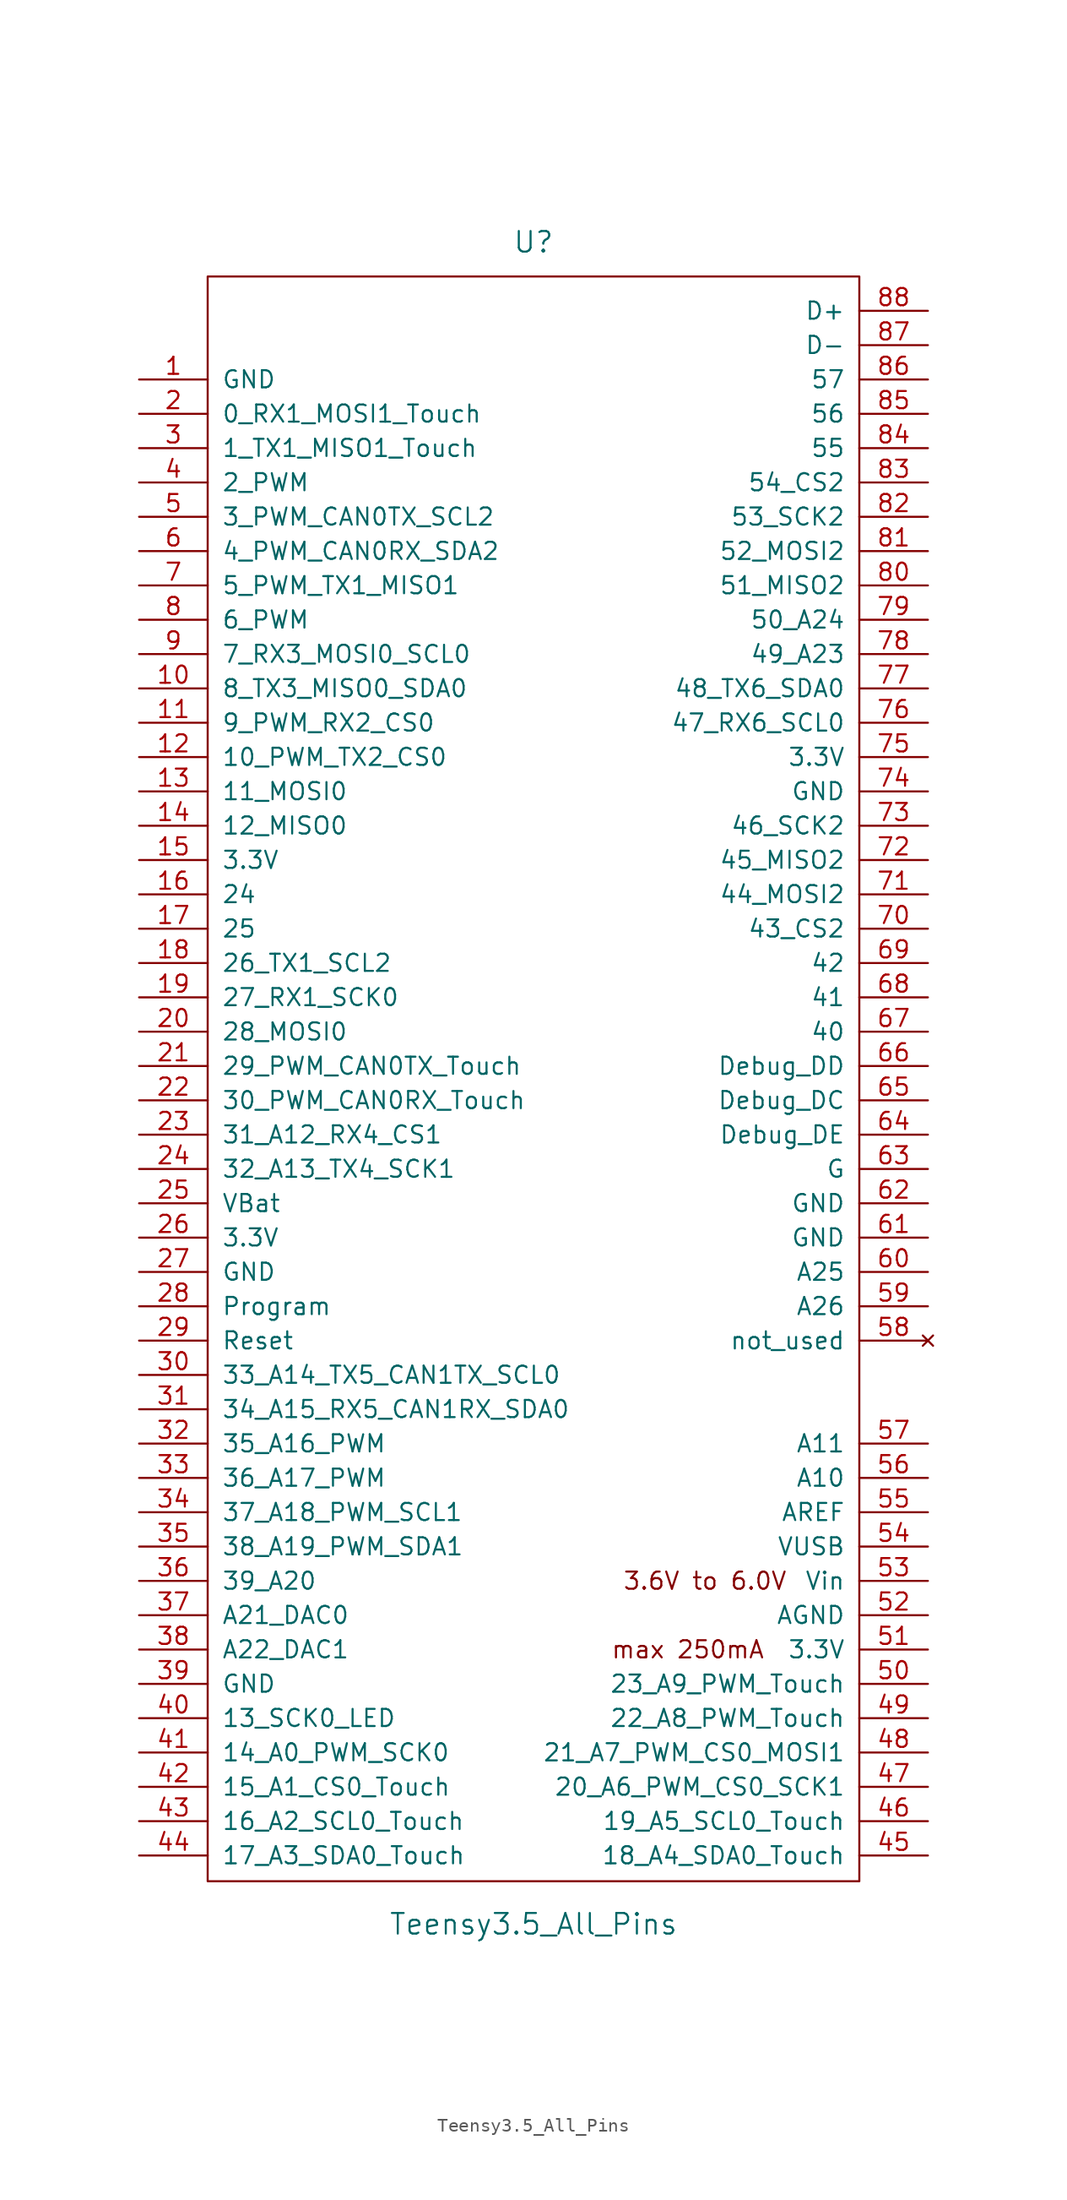
<source format=kicad_sym>
(kicad_symbol_lib
  (version 20231120)
  (generator "kicad_symbol_editor")
  (generator_version "8.0")
  (symbol "Teensy3.5_All_Pins"
    (pin_names
      (offset 1.016))
    (property "Reference" "U"
      (at 0 64.77 0)
      (effects (font (size 1.524 1.524))))
    (property "Value" "Teensy3.5_All_Pins"
      (at 0 -59.69 0)
      (effects (font (size 1.524 1.524))))
    (property "Footprint" ""
      (at -2.54 62.23 0)
      (effects (font (size 1.524 1.524))))
    (symbol "Teensy3.5_All_Pins_0_0"
      (text "3.6V to 6.0V" (at 12.7 -34.29 0) (effects (font (size 1.27 1.27))))
      (text "max 250mA" (at 11.43 -39.37 0) (effects (font (size 1.27 1.27)))))
    (symbol "Teensy3.5_All_Pins_0_1"
      (rectangle (start -24.13 62.23) (end 24.13 -56.515) (stroke (width 0) (type solid)) (fill (type none))))
    (symbol "Teensy3.5_All_Pins_1_1"
      (pin power_in line (at -29.21 54.61 0) (length 5.08) (name "GND" (effects (font (size 1.27 1.27)))) (number "1" (effects (font (size 1.27 1.27)))))
      (pin bidirectional line (at -29.21 31.75 0) (length 5.08) (name "8_TX3_MISO0_SDA0" (effects (font (size 1.27 1.27)))) (number "10" (effects (font (size 1.27 1.27)))))
      (pin bidirectional line (at -29.21 29.21 0) (length 5.08) (name "9_PWM_RX2_CS0" (effects (font (size 1.27 1.27)))) (number "11" (effects (font (size 1.27 1.27)))))
      (pin bidirectional line (at -29.21 26.67 0) (length 5.08) (name "10_PWM_TX2_CS0" (effects (font (size 1.27 1.27)))) (number "12" (effects (font (size 1.27 1.27)))))
      (pin bidirectional line (at -29.21 24.13 0) (length 5.08) (name "11_MOSI0" (effects (font (size 1.27 1.27)))) (number "13" (effects (font (size 1.27 1.27)))))
      (pin bidirectional line (at -29.21 21.59 0) (length 5.08) (name "12_MISO0" (effects (font (size 1.27 1.27)))) (number "14" (effects (font (size 1.27 1.27)))))
      (pin power_out line (at -29.21 19.05 0) (length 5.08) (name "3.3V" (effects (font (size 1.27 1.27)))) (number "15" (effects (font (size 1.27 1.27)))))
      (pin bidirectional line (at -29.21 16.51 0) (length 5.08) (name "24" (effects (font (size 1.27 1.27)))) (number "16" (effects (font (size 1.27 1.27)))))
      (pin bidirectional line (at -29.21 13.97 0) (length 5.08) (name "25" (effects (font (size 1.27 1.27)))) (number "17" (effects (font (size 1.27 1.27)))))
      (pin bidirectional line (at -29.21 11.43 0) (length 5.08) (name "26_TX1_SCL2" (effects (font (size 1.27 1.27)))) (number "18" (effects (font (size 1.27 1.27)))))
      (pin bidirectional line (at -29.21 8.89 0) (length 5.08) (name "27_RX1_SCK0" (effects (font (size 1.27 1.27)))) (number "19" (effects (font (size 1.27 1.27)))))
      (pin bidirectional line (at -29.21 52.07 0) (length 5.08) (name "0_RX1_MOSI1_Touch" (effects (font (size 1.27 1.27)))) (number "2" (effects (font (size 1.27 1.27)))))
      (pin bidirectional line (at -29.21 6.35 0) (length 5.08) (name "28_MOSI0" (effects (font (size 1.27 1.27)))) (number "20" (effects (font (size 1.27 1.27)))))
      (pin bidirectional line (at -29.21 3.81 0) (length 5.08) (name "29_PWM_CAN0TX_Touch" (effects (font (size 1.27 1.27)))) (number "21" (effects (font (size 1.27 1.27)))))
      (pin bidirectional line (at -29.21 1.27 0) (length 5.08) (name "30_PWM_CAN0RX_Touch" (effects (font (size 1.27 1.27)))) (number "22" (effects (font (size 1.27 1.27)))))
      (pin bidirectional line (at -29.21 -1.27 0) (length 5.08) (name "31_A12_RX4_CS1" (effects (font (size 1.27 1.27)))) (number "23" (effects (font (size 1.27 1.27)))))
      (pin bidirectional line (at -29.21 -3.81 0) (length 5.08) (name "32_A13_TX4_SCK1" (effects (font (size 1.27 1.27)))) (number "24" (effects (font (size 1.27 1.27)))))
      (pin power_in line (at -29.21 -6.35 0) (length 5.08) (name "VBat" (effects (font (size 1.27 1.27)))) (number "25" (effects (font (size 1.27 1.27)))))
      (pin power_in line (at -29.21 -8.89 0) (length 5.08) (name "3.3V" (effects (font (size 1.27 1.27)))) (number "26" (effects (font (size 1.27 1.27)))))
      (pin power_in line (at -29.21 -11.43 0) (length 5.08) (name "GND" (effects (font (size 1.27 1.27)))) (number "27" (effects (font (size 1.27 1.27)))))
      (pin input line (at -29.21 -13.97 0) (length 5.08) (name "Program" (effects (font (size 1.27 1.27)))) (number "28" (effects (font (size 1.27 1.27)))))
      (pin input line (at -29.21 -16.51 0) (length 5.08) (name "Reset" (effects (font (size 1.27 1.27)))) (number "29" (effects (font (size 1.27 1.27)))))
      (pin bidirectional line (at -29.21 49.53 0) (length 5.08) (name "1_TX1_MISO1_Touch" (effects (font (size 1.27 1.27)))) (number "3" (effects (font (size 1.27 1.27)))))
      (pin bidirectional line (at -29.21 -19.05 0) (length 5.08) (name "33_A14_TX5_CAN1TX_SCL0" (effects (font (size 1.27 1.27)))) (number "30" (effects (font (size 1.27 1.27)))))
      (pin bidirectional line (at -29.21 -21.59 0) (length 5.08) (name "34_A15_RX5_CAN1RX_SDA0" (effects (font (size 1.27 1.27)))) (number "31" (effects (font (size 1.27 1.27)))))
      (pin bidirectional line (at -29.21 -24.13 0) (length 5.08) (name "35_A16_PWM" (effects (font (size 1.27 1.27)))) (number "32" (effects (font (size 1.27 1.27)))))
      (pin bidirectional line (at -29.21 -26.67 0) (length 5.08) (name "36_A17_PWM" (effects (font (size 1.27 1.27)))) (number "33" (effects (font (size 1.27 1.27)))))
      (pin bidirectional line (at -29.21 -29.21 0) (length 5.08) (name "37_A18_PWM_SCL1" (effects (font (size 1.27 1.27)))) (number "34" (effects (font (size 1.27 1.27)))))
      (pin bidirectional line (at -29.21 -31.75 0) (length 5.08) (name "38_A19_PWM_SDA1" (effects (font (size 1.27 1.27)))) (number "35" (effects (font (size 1.27 1.27)))))
      (pin bidirectional line (at -29.21 -34.29 0) (length 5.08) (name "39_A20" (effects (font (size 1.27 1.27)))) (number "36" (effects (font (size 1.27 1.27)))))
      (pin bidirectional line (at -29.21 -36.83 0) (length 5.08) (name "A21_DAC0" (effects (font (size 1.27 1.27)))) (number "37" (effects (font (size 1.27 1.27)))))
      (pin bidirectional line (at -29.21 -39.37 0) (length 5.08) (name "A22_DAC1" (effects (font (size 1.27 1.27)))) (number "38" (effects (font (size 1.27 1.27)))))
      (pin power_in line (at -29.21 -41.91 0) (length 5.08) (name "GND" (effects (font (size 1.27 1.27)))) (number "39" (effects (font (size 1.27 1.27)))))
      (pin bidirectional line (at -29.21 46.99 0) (length 5.08) (name "2_PWM" (effects (font (size 1.27 1.27)))) (number "4" (effects (font (size 1.27 1.27)))))
      (pin bidirectional line (at -29.21 -44.45 0) (length 5.08) (name "13_SCK0_LED" (effects (font (size 1.27 1.27)))) (number "40" (effects (font (size 1.27 1.27)))))
      (pin bidirectional line (at -29.21 -46.99 0) (length 5.08) (name "14_A0_PWM_SCK0" (effects (font (size 1.27 1.27)))) (number "41" (effects (font (size 1.27 1.27)))))
      (pin bidirectional line (at -29.21 -49.53 0) (length 5.08) (name "15_A1_CS0_Touch" (effects (font (size 1.27 1.27)))) (number "42" (effects (font (size 1.27 1.27)))))
      (pin bidirectional line (at -29.21 -52.07 0) (length 5.08) (name "16_A2_SCL0_Touch" (effects (font (size 1.27 1.27)))) (number "43" (effects (font (size 1.27 1.27)))))
      (pin bidirectional line (at -29.21 -54.61 0) (length 5.08) (name "17_A3_SDA0_Touch" (effects (font (size 1.27 1.27)))) (number "44" (effects (font (size 1.27 1.27)))))
      (pin bidirectional line (at 29.21 -54.61 180) (length 5.08) (name "18_A4_SDA0_Touch" (effects (font (size 1.27 1.27)))) (number "45" (effects (font (size 1.27 1.27)))))
      (pin bidirectional line (at 29.21 -52.07 180) (length 5.08) (name "19_A5_SCL0_Touch" (effects (font (size 1.27 1.27)))) (number "46" (effects (font (size 1.27 1.27)))))
      (pin bidirectional line (at 29.21 -49.53 180) (length 5.08) (name "20_A6_PWM_CS0_SCK1" (effects (font (size 1.27 1.27)))) (number "47" (effects (font (size 1.27 1.27)))))
      (pin bidirectional line (at 29.21 -46.99 180) (length 5.08) (name "21_A7_PWM_CS0_MOSI1" (effects (font (size 1.27 1.27)))) (number "48" (effects (font (size 1.27 1.27)))))
      (pin bidirectional line (at 29.21 -44.45 180) (length 5.08) (name "22_A8_PWM_Touch" (effects (font (size 1.27 1.27)))) (number "49" (effects (font (size 1.27 1.27)))))
      (pin bidirectional line (at -29.21 44.45 0) (length 5.08) (name "3_PWM_CAN0TX_SCL2" (effects (font (size 1.27 1.27)))) (number "5" (effects (font (size 1.27 1.27)))))
      (pin bidirectional line (at 29.21 -41.91 180) (length 5.08) (name "23_A9_PWM_Touch" (effects (font (size 1.27 1.27)))) (number "50" (effects (font (size 1.27 1.27)))))
      (pin power_out line (at 29.21 -39.37 180) (length 5.08) (name "3.3V" (effects (font (size 1.27 1.27)))) (number "51" (effects (font (size 1.27 1.27)))))
      (pin power_out line (at 29.21 -36.83 180) (length 5.08) (name "AGND" (effects (font (size 1.27 1.27)))) (number "52" (effects (font (size 1.27 1.27)))))
      (pin power_in line (at 29.21 -34.29 180) (length 5.08) (name "Vin" (effects (font (size 1.27 1.27)))) (number "53" (effects (font (size 1.27 1.27)))))
      (pin power_in line (at 29.21 -31.75 180) (length 5.08) (name "VUSB" (effects (font (size 1.27 1.27)))) (number "54" (effects (font (size 1.27 1.27)))))
      (pin input line (at 29.21 -29.21 180) (length 5.08) (name "AREF" (effects (font (size 1.27 1.27)))) (number "55" (effects (font (size 1.27 1.27)))))
      (pin bidirectional line (at 29.21 -26.67 180) (length 5.08) (name "A10" (effects (font (size 1.27 1.27)))) (number "56" (effects (font (size 1.27 1.27)))))
      (pin bidirectional line (at 29.21 -24.13 180) (length 5.08) (name "A11" (effects (font (size 1.27 1.27)))) (number "57" (effects (font (size 1.27 1.27)))))
      (pin no_connect line (at 29.21 -16.51 180) (length 5.08) (name "not_used" (effects (font (size 1.27 1.27)))) (number "58" (effects (font (size 1.27 1.27)))))
      (pin bidirectional line (at 29.21 -13.97 180) (length 5.08) (name "A26" (effects (font (size 1.27 1.27)))) (number "59" (effects (font (size 1.27 1.27)))))
      (pin bidirectional line (at -29.21 41.91 0) (length 5.08) (name "4_PWM_CAN0RX_SDA2" (effects (font (size 1.27 1.27)))) (number "6" (effects (font (size 1.27 1.27)))))
      (pin bidirectional line (at 29.21 -11.43 180) (length 5.08) (name "A25" (effects (font (size 1.27 1.27)))) (number "60" (effects (font (size 1.27 1.27)))))
      (pin power_in line (at 29.21 -8.89 180) (length 5.08) (name "GND" (effects (font (size 1.27 1.27)))) (number "61" (effects (font (size 1.27 1.27)))))
      (pin power_in line (at 29.21 -6.35 180) (length 5.08) (name "GND" (effects (font (size 1.27 1.27)))) (number "62" (effects (font (size 1.27 1.27)))))
      (pin power_in line (at 29.21 -3.81 180) (length 5.08) (name "G" (effects (font (size 1.27 1.27)))) (number "63" (effects (font (size 1.27 1.27)))))
      (pin input line (at 29.21 -1.27 180) (length 5.08) (name "Debug_DE" (effects (font (size 1.27 1.27)))) (number "64" (effects (font (size 1.27 1.27)))))
      (pin input line (at 29.21 1.27 180) (length 5.08) (name "Debug_DC" (effects (font (size 1.27 1.27)))) (number "65" (effects (font (size 1.27 1.27)))))
      (pin input line (at 29.21 3.81 180) (length 5.08) (name "Debug_DD" (effects (font (size 1.27 1.27)))) (number "66" (effects (font (size 1.27 1.27)))))
      (pin bidirectional line (at 29.21 6.35 180) (length 5.08) (name "40" (effects (font (size 1.27 1.27)))) (number "67" (effects (font (size 1.27 1.27)))))
      (pin bidirectional line (at 29.21 8.89 180) (length 5.08) (name "41" (effects (font (size 1.27 1.27)))) (number "68" (effects (font (size 1.27 1.27)))))
      (pin bidirectional line (at 29.21 11.43 180) (length 5.08) (name "42" (effects (font (size 1.27 1.27)))) (number "69" (effects (font (size 1.27 1.27)))))
      (pin bidirectional line (at -29.21 39.37 0) (length 5.08) (name "5_PWM_TX1_MISO1" (effects (font (size 1.27 1.27)))) (number "7" (effects (font (size 1.27 1.27)))))
      (pin bidirectional line (at 29.21 13.97 180) (length 5.08) (name "43_CS2" (effects (font (size 1.27 1.27)))) (number "70" (effects (font (size 1.27 1.27)))))
      (pin bidirectional line (at 29.21 16.51 180) (length 5.08) (name "44_MOSI2" (effects (font (size 1.27 1.27)))) (number "71" (effects (font (size 1.27 1.27)))))
      (pin bidirectional line (at 29.21 19.05 180) (length 5.08) (name "45_MISO2" (effects (font (size 1.27 1.27)))) (number "72" (effects (font (size 1.27 1.27)))))
      (pin bidirectional line (at 29.21 21.59 180) (length 5.08) (name "46_SCK2" (effects (font (size 1.27 1.27)))) (number "73" (effects (font (size 1.27 1.27)))))
      (pin power_in line (at 29.21 24.13 180) (length 5.08) (name "GND" (effects (font (size 1.27 1.27)))) (number "74" (effects (font (size 1.27 1.27)))))
      (pin power_in line (at 29.21 26.67 180) (length 5.08) (name "3.3V" (effects (font (size 1.27 1.27)))) (number "75" (effects (font (size 1.27 1.27)))))
      (pin bidirectional line (at 29.21 29.21 180) (length 5.08) (name "47_RX6_SCL0" (effects (font (size 1.27 1.27)))) (number "76" (effects (font (size 1.27 1.27)))))
      (pin bidirectional line (at 29.21 31.75 180) (length 5.08) (name "48_TX6_SDA0" (effects (font (size 1.27 1.27)))) (number "77" (effects (font (size 1.27 1.27)))))
      (pin bidirectional line (at 29.21 34.29 180) (length 5.08) (name "49_A23" (effects (font (size 1.27 1.27)))) (number "78" (effects (font (size 1.27 1.27)))))
      (pin bidirectional line (at 29.21 36.83 180) (length 5.08) (name "50_A24" (effects (font (size 1.27 1.27)))) (number "79" (effects (font (size 1.27 1.27)))))
      (pin bidirectional line (at -29.21 36.83 0) (length 5.08) (name "6_PWM" (effects (font (size 1.27 1.27)))) (number "8" (effects (font (size 1.27 1.27)))))
      (pin bidirectional line (at 29.21 39.37 180) (length 5.08) (name "51_MISO2" (effects (font (size 1.27 1.27)))) (number "80" (effects (font (size 1.27 1.27)))))
      (pin bidirectional line (at 29.21 41.91 180) (length 5.08) (name "52_MOSI2" (effects (font (size 1.27 1.27)))) (number "81" (effects (font (size 1.27 1.27)))))
      (pin bidirectional line (at 29.21 44.45 180) (length 5.08) (name "53_SCK2" (effects (font (size 1.27 1.27)))) (number "82" (effects (font (size 1.27 1.27)))))
      (pin bidirectional line (at 29.21 46.99 180) (length 5.08) (name "54_CS2" (effects (font (size 1.27 1.27)))) (number "83" (effects (font (size 1.27 1.27)))))
      (pin bidirectional line (at 29.21 49.53 180) (length 5.08) (name "55" (effects (font (size 1.27 1.27)))) (number "84" (effects (font (size 1.27 1.27)))))
      (pin bidirectional line (at 29.21 52.07 180) (length 5.08) (name "56" (effects (font (size 1.27 1.27)))) (number "85" (effects (font (size 1.27 1.27)))))
      (pin bidirectional line (at 29.21 54.61 180) (length 5.08) (name "57" (effects (font (size 1.27 1.27)))) (number "86" (effects (font (size 1.27 1.27)))))
      (pin input line (at 29.21 57.15 180) (length 5.08) (name "D-" (effects (font (size 1.27 1.27)))) (number "87" (effects (font (size 1.27 1.27)))))
      (pin input line (at 29.21 59.69 180) (length 5.08) (name "D+" (effects (font (size 1.27 1.27)))) (number "88" (effects (font (size 1.27 1.27)))))
      (pin bidirectional line (at -29.21 34.29 0) (length 5.08) (name "7_RX3_MOSI0_SCL0" (effects (font (size 1.27 1.27)))) (number "9" (effects (font (size 1.27 1.27))))))))
</source>
